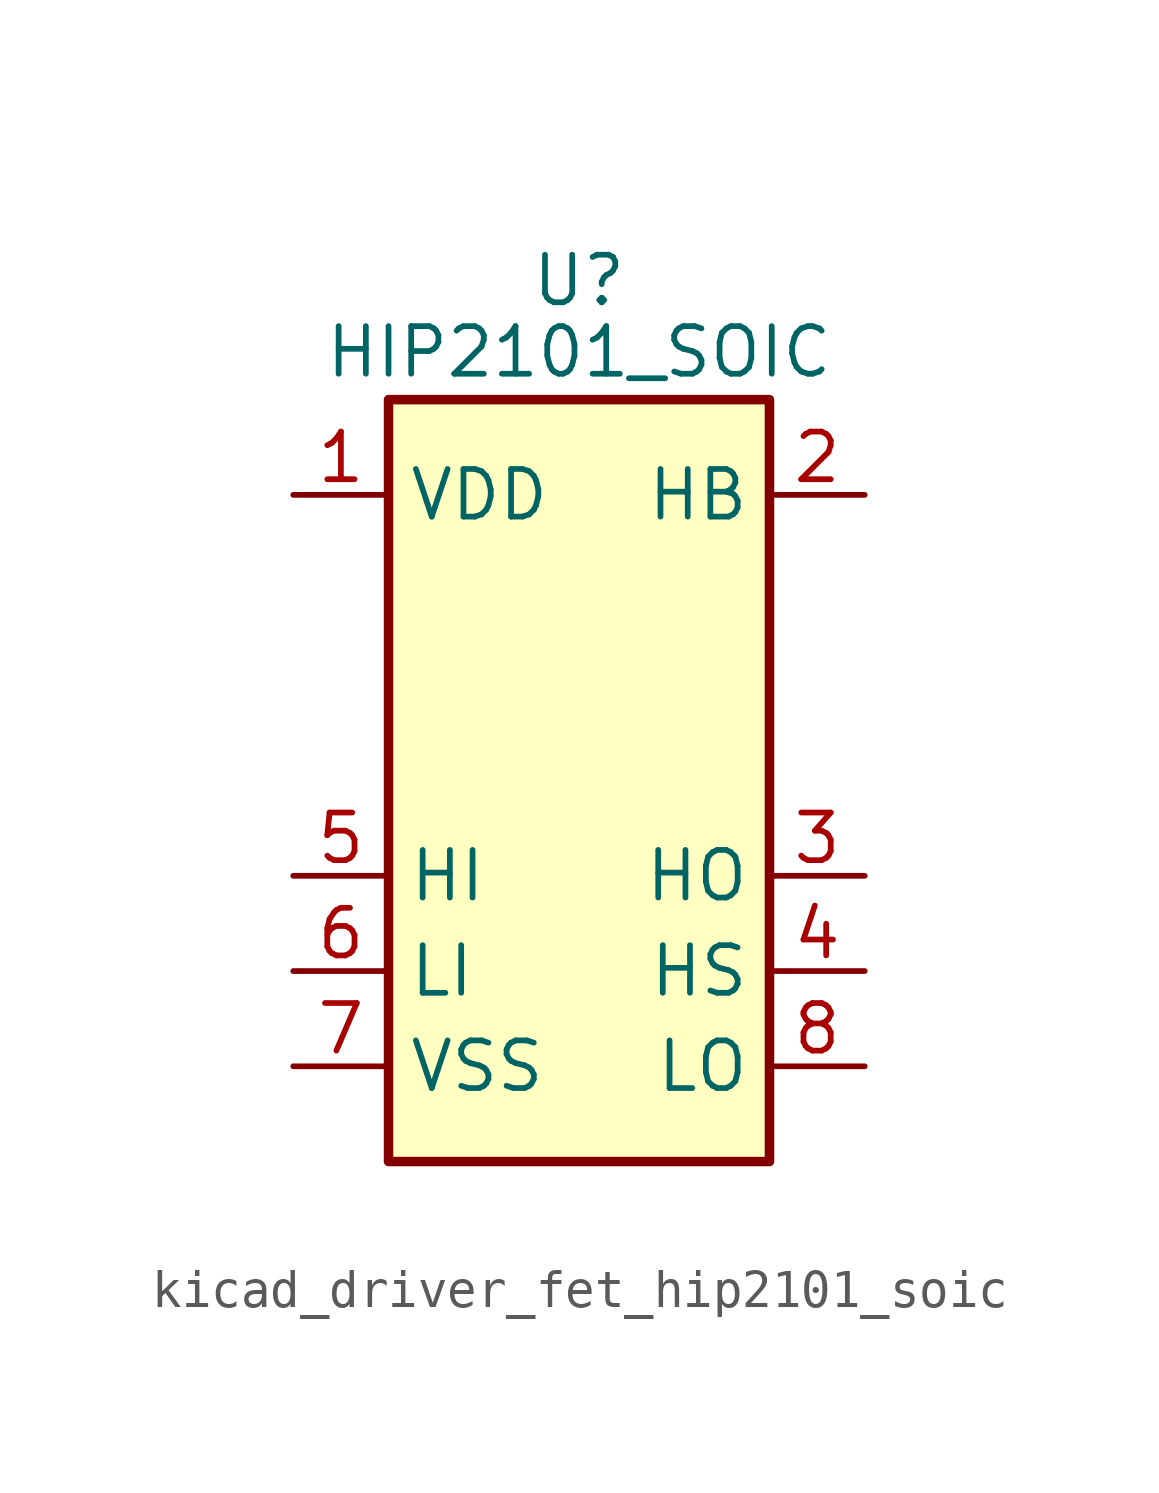
<source format=kicad_sym>
(kicad_symbol_lib
  (version 20220914)
  (generator kicad_symbol_editor)
  (symbol "kicad_driver_fet_hip2101_soic"
    (property "Reference" "U"
      (at 0 13.335 0)
      (effects (font (size 1.27 1.27))))
    (property "Value" "HIP2101_SOIC"
      (at 0 11.43 0)
      (effects (font (size 1.27 1.27))))
    (symbol "kicad_driver_fet_hip2101_soic_0_1"
      (rectangle (start -5.08 -10.16) (end 5.08 10.16) (stroke (width 0.254) (type default)) (fill (type background))))
    (symbol "kicad_driver_fet_hip2101_soic_1_1"
      (pin power_in line (at -7.62 7.62 0) (length 2.54) (name "VDD" (effects (font (size 1.27 1.27)))) (number "1" (effects (font (size 1.27 1.27)))))
      (pin passive line (at 7.62 7.62 180) (length 2.54) (name "HB" (effects (font (size 1.27 1.27)))) (number "2" (effects (font (size 1.27 1.27)))))
      (pin output line (at 7.62 -2.54 180) (length 2.54) (name "HO" (effects (font (size 1.27 1.27)))) (number "3" (effects (font (size 1.27 1.27)))))
      (pin passive line (at 7.62 -5.08 180) (length 2.54) (name "HS" (effects (font (size 1.27 1.27)))) (number "4" (effects (font (size 1.27 1.27)))))
      (pin input line (at -7.62 -2.54 0) (length 2.54) (name "HI" (effects (font (size 1.27 1.27)))) (number "5" (effects (font (size 1.27 1.27)))))
      (pin input line (at -7.62 -5.08 0) (length 2.54) (name "LI" (effects (font (size 1.27 1.27)))) (number "6" (effects (font (size 1.27 1.27)))))
      (pin power_in line (at -7.62 -7.62 0) (length 2.54) (name "VSS" (effects (font (size 1.27 1.27)))) (number "7" (effects (font (size 1.27 1.27)))))
      (pin output line (at 7.62 -7.62 180) (length 2.54) (name "LO" (effects (font (size 1.27 1.27)))) (number "8" (effects (font (size 1.27 1.27))))))))
</source>
